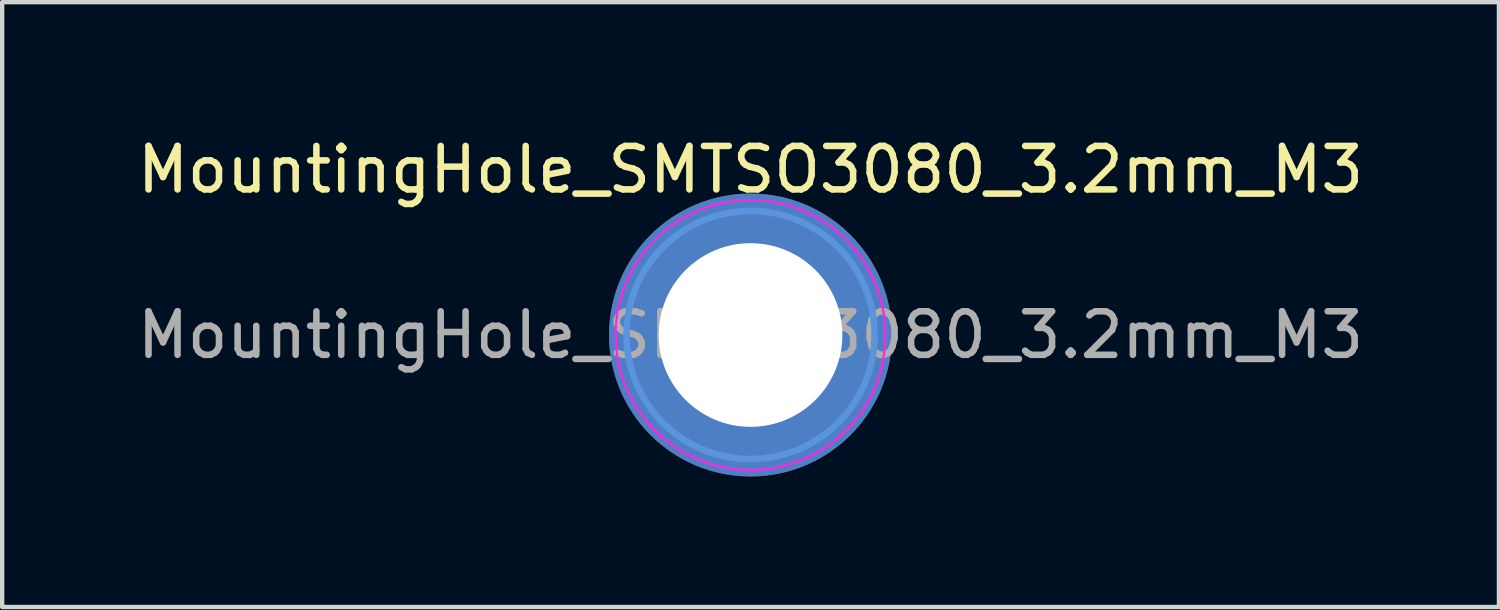
<source format=kicad_pcb>
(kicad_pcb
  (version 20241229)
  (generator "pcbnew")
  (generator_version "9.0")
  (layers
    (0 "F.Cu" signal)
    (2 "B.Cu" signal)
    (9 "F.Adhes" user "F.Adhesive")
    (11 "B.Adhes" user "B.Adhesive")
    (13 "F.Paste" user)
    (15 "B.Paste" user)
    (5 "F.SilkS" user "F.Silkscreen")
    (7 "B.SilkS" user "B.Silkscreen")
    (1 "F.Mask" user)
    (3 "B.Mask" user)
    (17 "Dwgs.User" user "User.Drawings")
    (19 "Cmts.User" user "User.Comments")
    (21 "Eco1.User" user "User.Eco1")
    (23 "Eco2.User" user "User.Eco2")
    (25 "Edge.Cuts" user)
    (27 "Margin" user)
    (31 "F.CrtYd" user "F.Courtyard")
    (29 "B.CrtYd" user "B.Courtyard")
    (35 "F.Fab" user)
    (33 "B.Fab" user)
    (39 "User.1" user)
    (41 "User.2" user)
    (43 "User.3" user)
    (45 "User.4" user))
  (footprint "MountingHole_SMTSO3080_3.2mm_M3"
    (layer "F.Cu")
    (at 14.196 4.648)
    (property "Reference" "MountingHole_SMTSO3080_3.2mm_M3" (at 0 -3.8 0) (layer "F.SilkS") (effects (font (size 1 1) (thickness 0.15))))
    (attr smd)
    (fp_circle (center -2.7 0) (end -2.15 0) (stroke (width 0) (type solid)) (fill yes) (layer "F.Paste"))
    (fp_circle (center -2.338 -1.35) (end -1.788 -1.35) (stroke (width 0) (type solid)) (fill yes) (layer "F.Paste"))
    (fp_circle (center -2.338 1.35) (end -1.788 1.35) (stroke (width 0) (type solid)) (fill yes) (layer "F.Paste"))
    (fp_circle (center -1.35 -2.338) (end -0.8 -2.338) (stroke (width 0) (type solid)) (fill yes) (layer "F.Paste"))
    (fp_circle (center -1.35 2.338) (end -0.8 2.338) (stroke (width 0) (type solid)) (fill yes) (layer "F.Paste"))
    (fp_circle (center 0 -2.7) (end 0.55 -2.7) (stroke (width 0) (type solid)) (fill yes) (layer "F.Paste"))
    (fp_circle (center 0 2.7) (end 0.55 2.7) (stroke (width 0) (type solid)) (fill yes) (layer "F.Paste"))
    (fp_circle (center 1.35 -2.338) (end 1.9 -2.338) (stroke (width 0) (type solid)) (fill yes) (layer "F.Paste"))
    (fp_circle (center 1.35 2.338) (end 1.9 2.338) (stroke (width 0) (type solid)) (fill yes) (layer "F.Paste"))
    (fp_circle (center 2.338 -1.35) (end 2.888 -1.35) (stroke (width 0) (type solid)) (fill yes) (layer "F.Paste"))
    (fp_circle (center 2.338 1.35) (end 2.888 1.35) (stroke (width 0) (type solid)) (fill yes) (layer "F.Paste"))
    (fp_circle (center 2.7 0) (end 3.25 0) (stroke (width 0) (type solid)) (fill yes) (layer "F.Paste"))
    (fp_circle (center 0 0) (end 2.85 0) (stroke (width 0.15) (type solid)) (fill no) (layer "Cmts.User"))
    (fp_circle (center 0 0) (end 3.1 0) (stroke (width 0.05) (type solid)) (fill no) (layer "F.CrtYd"))
    (fp_text user "${REFERENCE}" (at 0 0 0) (layer "F.Fab") (effects (font (size 1 1) (thickness 0.15))))
    (pad "1" thru_hole circle (at 0 0) (size 6.5 6.5) (drill 4.22) (layers "*.Cu" "*.Mask")))
  (gr_rect
    (start -3 -3)
    (end 31.393 10.898)
    (stroke (width 0.1) (type default))
    (fill no)
    (layer "Edge.Cuts")))
</source>
